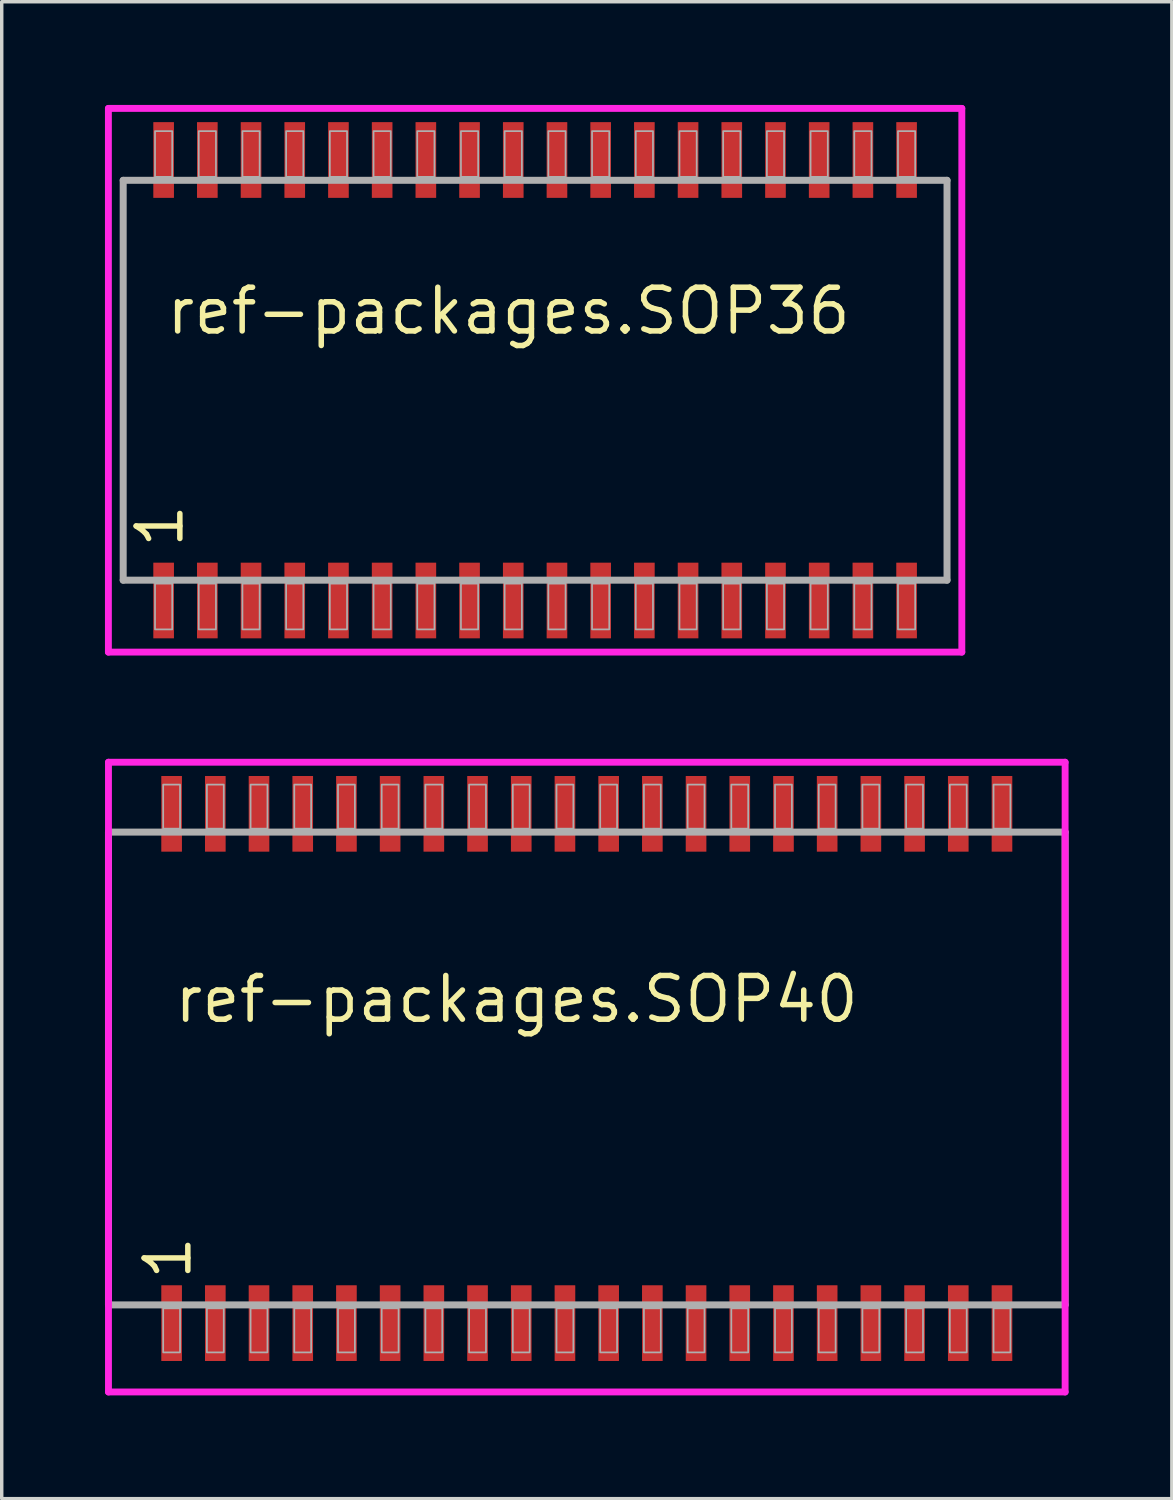
<source format=kicad_pcb>
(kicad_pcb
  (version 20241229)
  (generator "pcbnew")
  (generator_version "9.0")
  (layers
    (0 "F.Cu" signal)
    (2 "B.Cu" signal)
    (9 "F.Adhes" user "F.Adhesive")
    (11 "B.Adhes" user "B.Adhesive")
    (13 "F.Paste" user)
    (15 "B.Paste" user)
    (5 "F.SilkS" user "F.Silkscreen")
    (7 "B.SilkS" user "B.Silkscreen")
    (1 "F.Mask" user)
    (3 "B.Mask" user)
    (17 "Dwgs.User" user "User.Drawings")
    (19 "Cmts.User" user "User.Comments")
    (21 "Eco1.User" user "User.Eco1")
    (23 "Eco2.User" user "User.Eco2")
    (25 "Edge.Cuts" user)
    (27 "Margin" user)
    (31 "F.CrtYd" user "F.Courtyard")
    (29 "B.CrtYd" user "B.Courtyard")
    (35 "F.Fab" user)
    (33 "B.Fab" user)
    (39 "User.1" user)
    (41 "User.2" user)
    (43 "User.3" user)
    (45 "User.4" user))
  (footprint "ref-packages.SOP40"
    (layer "F.Cu")
    (at 14.002 28)
    (property "Reference" "ref-packages.SOP40" (at -12.065 -1.27 0) (layer "F.SilkS") (effects (font (size 1.27 1.27) (thickness 0.16)) (justify left bottom)))
    (attr smd)
    (fp_line (start -13.9 -8.9) (end 13.9 -8.9) (stroke (width 0.2) (type default)) (layer "F.CrtYd"))
    (fp_line (start -13.9 9.4) (end -13.9 -8.9) (stroke (width 0.2) (type default)) (layer "F.CrtYd"))
    (fp_line (start 13.9 -8.9) (end 13.9 9.4) (stroke (width 0.2) (type default)) (layer "F.CrtYd"))
    (fp_line (start 13.9 9.4) (end -13.9 9.4) (stroke (width 0.2) (type default)) (layer "F.CrtYd"))
    (fp_line (start -13.9 -6.87) (end 13.9 -6.87) (stroke (width 0.203) (type default)) (layer "F.Fab"))
    (fp_line (start -13.9 6.87) (end -13.9 -6.87) (stroke (width 0.203) (type default)) (layer "F.Fab"))
    (fp_line (start 13.9 -6.87) (end 13.9 6.87) (stroke (width 0.203) (type default)) (layer "F.Fab"))
    (fp_line (start 13.9 6.87) (end -13.9 6.87) (stroke (width 0.203) (type default)) (layer "F.Fab"))
    (fp_rect (start -12.31 -6.97) (end -11.82 -8.25) (stroke (width 0.05) (type default)) (fill no) (layer "F.Fab"))
    (fp_rect (start -12.31 8.25) (end -11.82 6.97) (stroke (width 0.05) (type default)) (fill no) (layer "F.Fab"))
    (fp_rect (start -11.04 -6.97) (end -10.55 -8.25) (stroke (width 0.05) (type default)) (fill no) (layer "F.Fab"))
    (fp_rect (start -11.04 8.25) (end -10.55 6.97) (stroke (width 0.05) (type default)) (fill no) (layer "F.Fab"))
    (fp_rect (start -9.77 -6.97) (end -9.28 -8.25) (stroke (width 0.05) (type default)) (fill no) (layer "F.Fab"))
    (fp_rect (start -9.77 8.25) (end -9.28 6.97) (stroke (width 0.05) (type default)) (fill no) (layer "F.Fab"))
    (fp_rect (start -8.5 -6.97) (end -8.01 -8.25) (stroke (width 0.05) (type default)) (fill no) (layer "F.Fab"))
    (fp_rect (start -8.5 8.25) (end -8.01 6.97) (stroke (width 0.05) (type default)) (fill no) (layer "F.Fab"))
    (fp_rect (start -7.23 -6.97) (end -6.74 -8.25) (stroke (width 0.05) (type default)) (fill no) (layer "F.Fab"))
    (fp_rect (start -7.23 8.25) (end -6.74 6.97) (stroke (width 0.05) (type default)) (fill no) (layer "F.Fab"))
    (fp_rect (start -5.96 -6.97) (end -5.47 -8.25) (stroke (width 0.05) (type default)) (fill no) (layer "F.Fab"))
    (fp_rect (start -5.96 8.25) (end -5.47 6.97) (stroke (width 0.05) (type default)) (fill no) (layer "F.Fab"))
    (fp_rect (start -4.69 -6.97) (end -4.2 -8.25) (stroke (width 0.05) (type default)) (fill no) (layer "F.Fab"))
    (fp_rect (start -4.69 8.25) (end -4.2 6.97) (stroke (width 0.05) (type default)) (fill no) (layer "F.Fab"))
    (fp_rect (start -3.42 -6.97) (end -2.93 -8.25) (stroke (width 0.05) (type default)) (fill no) (layer "F.Fab"))
    (fp_rect (start -3.42 8.25) (end -2.93 6.97) (stroke (width 0.05) (type default)) (fill no) (layer "F.Fab"))
    (fp_rect (start -2.15 -6.97) (end -1.66 -8.25) (stroke (width 0.05) (type default)) (fill no) (layer "F.Fab"))
    (fp_rect (start -2.15 8.25) (end -1.66 6.97) (stroke (width 0.05) (type default)) (fill no) (layer "F.Fab"))
    (fp_rect (start -0.88 -6.97) (end -0.39 -8.25) (stroke (width 0.05) (type default)) (fill no) (layer "F.Fab"))
    (fp_rect (start -0.88 8.25) (end -0.39 6.97) (stroke (width 0.05) (type default)) (fill no) (layer "F.Fab"))
    (fp_rect (start 0.39 -6.97) (end 0.88 -8.25) (stroke (width 0.05) (type default)) (fill no) (layer "F.Fab"))
    (fp_rect (start 0.39 8.25) (end 0.88 6.97) (stroke (width 0.05) (type default)) (fill no) (layer "F.Fab"))
    (fp_rect (start 1.66 -6.97) (end 2.15 -8.25) (stroke (width 0.05) (type default)) (fill no) (layer "F.Fab"))
    (fp_rect (start 1.66 8.25) (end 2.15 6.97) (stroke (width 0.05) (type default)) (fill no) (layer "F.Fab"))
    (fp_rect (start 2.93 -6.97) (end 3.42 -8.25) (stroke (width 0.05) (type default)) (fill no) (layer "F.Fab"))
    (fp_rect (start 2.93 8.25) (end 3.42 6.97) (stroke (width 0.05) (type default)) (fill no) (layer "F.Fab"))
    (fp_rect (start 4.2 -6.97) (end 4.69 -8.25) (stroke (width 0.05) (type default)) (fill no) (layer "F.Fab"))
    (fp_rect (start 4.2 8.25) (end 4.69 6.97) (stroke (width 0.05) (type default)) (fill no) (layer "F.Fab"))
    (fp_rect (start 5.47 -6.97) (end 5.96 -8.25) (stroke (width 0.05) (type default)) (fill no) (layer "F.Fab"))
    (fp_rect (start 5.47 8.25) (end 5.96 6.97) (stroke (width 0.05) (type default)) (fill no) (layer "F.Fab"))
    (fp_rect (start 6.74 -6.97) (end 7.23 -8.25) (stroke (width 0.05) (type default)) (fill no) (layer "F.Fab"))
    (fp_rect (start 6.74 8.25) (end 7.23 6.97) (stroke (width 0.05) (type default)) (fill no) (layer "F.Fab"))
    (fp_rect (start 8.01 -6.97) (end 8.5 -8.25) (stroke (width 0.05) (type default)) (fill no) (layer "F.Fab"))
    (fp_rect (start 8.01 8.25) (end 8.5 6.97) (stroke (width 0.05) (type default)) (fill no) (layer "F.Fab"))
    (fp_rect (start 9.28 -6.97) (end 9.77 -8.25) (stroke (width 0.05) (type default)) (fill no) (layer "F.Fab"))
    (fp_rect (start 9.28 8.25) (end 9.77 6.97) (stroke (width 0.05) (type default)) (fill no) (layer "F.Fab"))
    (fp_rect (start 10.55 -6.97) (end 11.04 -8.25) (stroke (width 0.05) (type default)) (fill no) (layer "F.Fab"))
    (fp_rect (start 10.55 8.25) (end 11.04 6.97) (stroke (width 0.05) (type default)) (fill no) (layer "F.Fab"))
    (fp_rect (start 11.82 -6.97) (end 12.31 -8.25) (stroke (width 0.05) (type default)) (fill no) (layer "F.Fab"))
    (fp_rect (start 11.82 8.25) (end 12.31 6.97) (stroke (width 0.05) (type default)) (fill no) (layer "F.Fab"))
    (fp_text user "1" (at -11.43 6.215 90) (layer "F.SilkS") (effects (font (size 1.27 1.27) (thickness 0.16)) (justify left bottom)))
    (pad "1" smd roundrect (at -12.065 7.4) (size 0.6 2.2) (layers "F.Cu" "F.Mask" "F.Paste") (roundrect_rratio 0.01))
    (pad "2" smd roundrect (at -10.795 7.4) (size 0.6 2.2) (layers "F.Cu" "F.Mask" "F.Paste") (roundrect_rratio 0.01))
    (pad "3" smd roundrect (at -9.525 7.4) (size 0.6 2.2) (layers "F.Cu" "F.Mask" "F.Paste") (roundrect_rratio 0.01))
    (pad "4" smd roundrect (at -8.255 7.4) (size 0.6 2.2) (layers "F.Cu" "F.Mask" "F.Paste") (roundrect_rratio 0.01))
    (pad "5" smd roundrect (at -6.985 7.4) (size 0.6 2.2) (layers "F.Cu" "F.Mask" "F.Paste") (roundrect_rratio 0.01))
    (pad "6" smd roundrect (at -5.715 7.4) (size 0.6 2.2) (layers "F.Cu" "F.Mask" "F.Paste") (roundrect_rratio 0.01))
    (pad "7" smd roundrect (at -4.445 7.4) (size 0.6 2.2) (layers "F.Cu" "F.Mask" "F.Paste") (roundrect_rratio 0.01))
    (pad "8" smd roundrect (at -3.175 7.4) (size 0.6 2.2) (layers "F.Cu" "F.Mask" "F.Paste") (roundrect_rratio 0.01))
    (pad "9" smd roundrect (at -1.905 7.4) (size 0.6 2.2) (layers "F.Cu" "F.Mask" "F.Paste") (roundrect_rratio 0.01))
    (pad "10" smd roundrect (at -0.635 7.4) (size 0.6 2.2) (layers "F.Cu" "F.Mask" "F.Paste") (roundrect_rratio 0.01))
    (pad "11" smd roundrect (at 0.635 7.4) (size 0.6 2.2) (layers "F.Cu" "F.Mask" "F.Paste") (roundrect_rratio 0.01))
    (pad "12" smd roundrect (at 1.905 7.4) (size 0.6 2.2) (layers "F.Cu" "F.Mask" "F.Paste") (roundrect_rratio 0.01))
    (pad "13" smd roundrect (at 3.175 7.4) (size 0.6 2.2) (layers "F.Cu" "F.Mask" "F.Paste") (roundrect_rratio 0.01))
    (pad "14" smd roundrect (at 4.445 7.4) (size 0.6 2.2) (layers "F.Cu" "F.Mask" "F.Paste") (roundrect_rratio 0.01))
    (pad "15" smd roundrect (at 5.715 7.4) (size 0.6 2.2) (layers "F.Cu" "F.Mask" "F.Paste") (roundrect_rratio 0.01))
    (pad "16" smd roundrect (at 6.985 7.4) (size 0.6 2.2) (layers "F.Cu" "F.Mask" "F.Paste") (roundrect_rratio 0.01))
    (pad "17" smd roundrect (at 8.255 7.4) (size 0.6 2.2) (layers "F.Cu" "F.Mask" "F.Paste") (roundrect_rratio 0.01))
    (pad "18" smd roundrect (at 9.525 7.4) (size 0.6 2.2) (layers "F.Cu" "F.Mask" "F.Paste") (roundrect_rratio 0.01))
    (pad "19" smd roundrect (at 10.795 7.4) (size 0.6 2.2) (layers "F.Cu" "F.Mask" "F.Paste") (roundrect_rratio 0.01))
    (pad "20" smd roundrect (at 12.065 7.4) (size 0.6 2.2) (layers "F.Cu" "F.Mask" "F.Paste") (roundrect_rratio 0.01))
    (pad "21" smd roundrect (at 12.065 -7.4) (size 0.6 2.2) (layers "F.Cu" "F.Mask" "F.Paste") (roundrect_rratio 0.01))
    (pad "22" smd roundrect (at 10.795 -7.4) (size 0.6 2.2) (layers "F.Cu" "F.Mask" "F.Paste") (roundrect_rratio 0.01))
    (pad "23" smd roundrect (at 9.525 -7.4) (size 0.6 2.2) (layers "F.Cu" "F.Mask" "F.Paste") (roundrect_rratio 0.01))
    (pad "24" smd roundrect (at 8.255 -7.4) (size 0.6 2.2) (layers "F.Cu" "F.Mask" "F.Paste") (roundrect_rratio 0.01))
    (pad "25" smd roundrect (at 6.985 -7.4) (size 0.6 2.2) (layers "F.Cu" "F.Mask" "F.Paste") (roundrect_rratio 0.01))
    (pad "26" smd roundrect (at 5.715 -7.4) (size 0.6 2.2) (layers "F.Cu" "F.Mask" "F.Paste") (roundrect_rratio 0.01))
    (pad "27" smd roundrect (at 4.445 -7.4) (size 0.6 2.2) (layers "F.Cu" "F.Mask" "F.Paste") (roundrect_rratio 0.01))
    (pad "28" smd roundrect (at 3.175 -7.4) (size 0.6 2.2) (layers "F.Cu" "F.Mask" "F.Paste") (roundrect_rratio 0.01))
    (pad "29" smd roundrect (at 1.905 -7.4) (size 0.6 2.2) (layers "F.Cu" "F.Mask" "F.Paste") (roundrect_rratio 0.01))
    (pad "30" smd roundrect (at 0.635 -7.4) (size 0.6 2.2) (layers "F.Cu" "F.Mask" "F.Paste") (roundrect_rratio 0.01))
    (pad "31" smd roundrect (at -0.635 -7.4) (size 0.6 2.2) (layers "F.Cu" "F.Mask" "F.Paste") (roundrect_rratio 0.01))
    (pad "32" smd roundrect (at -1.905 -7.4) (size 0.6 2.2) (layers "F.Cu" "F.Mask" "F.Paste") (roundrect_rratio 0.01))
    (pad "33" smd roundrect (at -3.175 -7.4) (size 0.6 2.2) (layers "F.Cu" "F.Mask" "F.Paste") (roundrect_rratio 0.01))
    (pad "34" smd roundrect (at -4.445 -7.4) (size 0.6 2.2) (layers "F.Cu" "F.Mask" "F.Paste") (roundrect_rratio 0.01))
    (pad "35" smd roundrect (at -5.715 -7.4) (size 0.6 2.2) (layers "F.Cu" "F.Mask" "F.Paste") (roundrect_rratio 0.01))
    (pad "36" smd roundrect (at -6.985 -7.4) (size 0.6 2.2) (layers "F.Cu" "F.Mask" "F.Paste") (roundrect_rratio 0.01))
    (pad "37" smd roundrect (at -8.255 -7.4) (size 0.6 2.2) (layers "F.Cu" "F.Mask" "F.Paste") (roundrect_rratio 0.01))
    (pad "38" smd roundrect (at -9.525 -7.4) (size 0.6 2.2) (layers "F.Cu" "F.Mask" "F.Paste") (roundrect_rratio 0.01))
    (pad "39" smd roundrect (at -10.795 -7.4) (size 0.6 2.2) (layers "F.Cu" "F.Mask" "F.Paste") (roundrect_rratio 0.01))
    (pad "40" smd roundrect (at -12.065 -7.4) (size 0.6 2.2) (layers "F.Cu" "F.Mask" "F.Paste") (roundrect_rratio 0.01)))
  (footprint "ref-packages.SOP36"
    (layer "F.Cu")
    (at 12.5 8)
    (property "Reference" "ref-packages.SOP36" (at -10.795 -1.27 0) (layer "F.SilkS") (effects (font (size 1.27 1.27) (thickness 0.16)) (justify left bottom)))
    (attr smd)
    (fp_line (start -12.4 -7.9) (end 12.4 -7.9) (stroke (width 0.2) (type default)) (layer "F.CrtYd"))
    (fp_line (start -12.4 7.9) (end -12.4 -7.9) (stroke (width 0.2) (type default)) (layer "F.CrtYd"))
    (fp_line (start 12.4 -7.9) (end 12.4 7.9) (stroke (width 0.2) (type default)) (layer "F.CrtYd"))
    (fp_line (start 12.4 7.9) (end -12.4 7.9) (stroke (width 0.2) (type default)) (layer "F.CrtYd"))
    (fp_line (start -11.97 -5.81) (end 11.97 -5.81) (stroke (width 0.203) (type default)) (layer "F.Fab"))
    (fp_line (start -11.97 5.81) (end -11.97 -5.81) (stroke (width 0.203) (type default)) (layer "F.Fab"))
    (fp_line (start 11.97 -5.81) (end 11.97 5.81) (stroke (width 0.203) (type default)) (layer "F.Fab"))
    (fp_line (start 11.97 5.81) (end -11.97 5.81) (stroke (width 0.203) (type default)) (layer "F.Fab"))
    (fp_rect (start -11.045 -5.91) (end -10.545 -7.24) (stroke (width 0.05) (type default)) (fill no) (layer "F.Fab"))
    (fp_rect (start -11.045 7.24) (end -10.545 5.91) (stroke (width 0.05) (type default)) (fill no) (layer "F.Fab"))
    (fp_rect (start -9.775 -5.91) (end -9.275 -7.24) (stroke (width 0.05) (type default)) (fill no) (layer "F.Fab"))
    (fp_rect (start -9.775 7.24) (end -9.275 5.91) (stroke (width 0.05) (type default)) (fill no) (layer "F.Fab"))
    (fp_rect (start -8.505 -5.91) (end -8.005 -7.24) (stroke (width 0.05) (type default)) (fill no) (layer "F.Fab"))
    (fp_rect (start -8.505 7.24) (end -8.005 5.91) (stroke (width 0.05) (type default)) (fill no) (layer "F.Fab"))
    (fp_rect (start -7.235 -5.91) (end -6.735 -7.24) (stroke (width 0.05) (type default)) (fill no) (layer "F.Fab"))
    (fp_rect (start -7.235 7.24) (end -6.735 5.91) (stroke (width 0.05) (type default)) (fill no) (layer "F.Fab"))
    (fp_rect (start -5.965 -5.91) (end -5.465 -7.24) (stroke (width 0.05) (type default)) (fill no) (layer "F.Fab"))
    (fp_rect (start -5.965 7.24) (end -5.465 5.91) (stroke (width 0.05) (type default)) (fill no) (layer "F.Fab"))
    (fp_rect (start -4.695 -5.91) (end -4.195 -7.24) (stroke (width 0.05) (type default)) (fill no) (layer "F.Fab"))
    (fp_rect (start -4.695 7.24) (end -4.195 5.91) (stroke (width 0.05) (type default)) (fill no) (layer "F.Fab"))
    (fp_rect (start -3.425 -5.91) (end -2.925 -7.24) (stroke (width 0.05) (type default)) (fill no) (layer "F.Fab"))
    (fp_rect (start -3.425 7.24) (end -2.925 5.91) (stroke (width 0.05) (type default)) (fill no) (layer "F.Fab"))
    (fp_rect (start -2.155 -5.91) (end -1.655 -7.24) (stroke (width 0.05) (type default)) (fill no) (layer "F.Fab"))
    (fp_rect (start -2.155 7.24) (end -1.655 5.91) (stroke (width 0.05) (type default)) (fill no) (layer "F.Fab"))
    (fp_rect (start -0.885 -5.91) (end -0.385 -7.24) (stroke (width 0.05) (type default)) (fill no) (layer "F.Fab"))
    (fp_rect (start -0.885 7.24) (end -0.385 5.91) (stroke (width 0.05) (type default)) (fill no) (layer "F.Fab"))
    (fp_rect (start 0.385 -5.91) (end 0.885 -7.24) (stroke (width 0.05) (type default)) (fill no) (layer "F.Fab"))
    (fp_rect (start 0.385 7.24) (end 0.885 5.91) (stroke (width 0.05) (type default)) (fill no) (layer "F.Fab"))
    (fp_rect (start 1.655 -5.91) (end 2.155 -7.24) (stroke (width 0.05) (type default)) (fill no) (layer "F.Fab"))
    (fp_rect (start 1.655 7.24) (end 2.155 5.91) (stroke (width 0.05) (type default)) (fill no) (layer "F.Fab"))
    (fp_rect (start 2.925 -5.91) (end 3.425 -7.24) (stroke (width 0.05) (type default)) (fill no) (layer "F.Fab"))
    (fp_rect (start 2.925 7.24) (end 3.425 5.91) (stroke (width 0.05) (type default)) (fill no) (layer "F.Fab"))
    (fp_rect (start 4.195 -5.91) (end 4.695 -7.24) (stroke (width 0.05) (type default)) (fill no) (layer "F.Fab"))
    (fp_rect (start 4.195 7.24) (end 4.695 5.91) (stroke (width 0.05) (type default)) (fill no) (layer "F.Fab"))
    (fp_rect (start 5.465 -5.91) (end 5.965 -7.24) (stroke (width 0.05) (type default)) (fill no) (layer "F.Fab"))
    (fp_rect (start 5.465 7.24) (end 5.965 5.91) (stroke (width 0.05) (type default)) (fill no) (layer "F.Fab"))
    (fp_rect (start 6.735 -5.91) (end 7.235 -7.24) (stroke (width 0.05) (type default)) (fill no) (layer "F.Fab"))
    (fp_rect (start 6.735 7.24) (end 7.235 5.91) (stroke (width 0.05) (type default)) (fill no) (layer "F.Fab"))
    (fp_rect (start 8.005 -5.91) (end 8.505 -7.24) (stroke (width 0.05) (type default)) (fill no) (layer "F.Fab"))
    (fp_rect (start 8.005 7.24) (end 8.505 5.91) (stroke (width 0.05) (type default)) (fill no) (layer "F.Fab"))
    (fp_rect (start 9.275 -5.91) (end 9.775 -7.24) (stroke (width 0.05) (type default)) (fill no) (layer "F.Fab"))
    (fp_rect (start 9.275 7.24) (end 9.775 5.91) (stroke (width 0.05) (type default)) (fill no) (layer "F.Fab"))
    (fp_rect (start 10.545 -5.91) (end 11.045 -7.24) (stroke (width 0.05) (type default)) (fill no) (layer "F.Fab"))
    (fp_rect (start 10.545 7.24) (end 11.045 5.91) (stroke (width 0.05) (type default)) (fill no) (layer "F.Fab"))
    (fp_text user "1" (at -10.16 4.945 90) (layer "F.SilkS") (effects (font (size 1.27 1.27) (thickness 0.16)) (justify left bottom)))
    (pad "1" smd roundrect (at -10.795 6.4) (size 0.6 2.2) (layers "F.Cu" "F.Mask" "F.Paste") (roundrect_rratio 0.01))
    (pad "2" smd roundrect (at -9.525 6.4) (size 0.6 2.2) (layers "F.Cu" "F.Mask" "F.Paste") (roundrect_rratio 0.01))
    (pad "3" smd roundrect (at -8.255 6.4) (size 0.6 2.2) (layers "F.Cu" "F.Mask" "F.Paste") (roundrect_rratio 0.01))
    (pad "4" smd roundrect (at -6.985 6.4) (size 0.6 2.2) (layers "F.Cu" "F.Mask" "F.Paste") (roundrect_rratio 0.01))
    (pad "5" smd roundrect (at -5.715 6.4) (size 0.6 2.2) (layers "F.Cu" "F.Mask" "F.Paste") (roundrect_rratio 0.01))
    (pad "6" smd roundrect (at -4.445 6.4) (size 0.6 2.2) (layers "F.Cu" "F.Mask" "F.Paste") (roundrect_rratio 0.01))
    (pad "7" smd roundrect (at -3.175 6.4) (size 0.6 2.2) (layers "F.Cu" "F.Mask" "F.Paste") (roundrect_rratio 0.01))
    (pad "8" smd roundrect (at -1.905 6.4) (size 0.6 2.2) (layers "F.Cu" "F.Mask" "F.Paste") (roundrect_rratio 0.01))
    (pad "9" smd roundrect (at -0.635 6.4) (size 0.6 2.2) (layers "F.Cu" "F.Mask" "F.Paste") (roundrect_rratio 0.01))
    (pad "10" smd roundrect (at 0.635 6.4) (size 0.6 2.2) (layers "F.Cu" "F.Mask" "F.Paste") (roundrect_rratio 0.01))
    (pad "11" smd roundrect (at 1.905 6.4) (size 0.6 2.2) (layers "F.Cu" "F.Mask" "F.Paste") (roundrect_rratio 0.01))
    (pad "12" smd roundrect (at 3.175 6.4) (size 0.6 2.2) (layers "F.Cu" "F.Mask" "F.Paste") (roundrect_rratio 0.01))
    (pad "13" smd roundrect (at 4.445 6.4) (size 0.6 2.2) (layers "F.Cu" "F.Mask" "F.Paste") (roundrect_rratio 0.01))
    (pad "14" smd roundrect (at 5.715 6.4) (size 0.6 2.2) (layers "F.Cu" "F.Mask" "F.Paste") (roundrect_rratio 0.01))
    (pad "15" smd roundrect (at 6.985 6.4) (size 0.6 2.2) (layers "F.Cu" "F.Mask" "F.Paste") (roundrect_rratio 0.01))
    (pad "16" smd roundrect (at 8.255 6.4) (size 0.6 2.2) (layers "F.Cu" "F.Mask" "F.Paste") (roundrect_rratio 0.01))
    (pad "17" smd roundrect (at 9.525 6.4) (size 0.6 2.2) (layers "F.Cu" "F.Mask" "F.Paste") (roundrect_rratio 0.01))
    (pad "18" smd roundrect (at 10.795 6.4) (size 0.6 2.2) (layers "F.Cu" "F.Mask" "F.Paste") (roundrect_rratio 0.01))
    (pad "19" smd roundrect (at 10.795 -6.4) (size 0.6 2.2) (layers "F.Cu" "F.Mask" "F.Paste") (roundrect_rratio 0.01))
    (pad "20" smd roundrect (at 9.525 -6.4) (size 0.6 2.2) (layers "F.Cu" "F.Mask" "F.Paste") (roundrect_rratio 0.01))
    (pad "21" smd roundrect (at 8.255 -6.4) (size 0.6 2.2) (layers "F.Cu" "F.Mask" "F.Paste") (roundrect_rratio 0.01))
    (pad "22" smd roundrect (at 6.985 -6.4) (size 0.6 2.2) (layers "F.Cu" "F.Mask" "F.Paste") (roundrect_rratio 0.01))
    (pad "23" smd roundrect (at 5.715 -6.4) (size 0.6 2.2) (layers "F.Cu" "F.Mask" "F.Paste") (roundrect_rratio 0.01))
    (pad "24" smd roundrect (at 4.445 -6.4) (size 0.6 2.2) (layers "F.Cu" "F.Mask" "F.Paste") (roundrect_rratio 0.01))
    (pad "25" smd roundrect (at 3.175 -6.4) (size 0.6 2.2) (layers "F.Cu" "F.Mask" "F.Paste") (roundrect_rratio 0.01))
    (pad "26" smd roundrect (at 1.905 -6.4) (size 0.6 2.2) (layers "F.Cu" "F.Mask" "F.Paste") (roundrect_rratio 0.01))
    (pad "27" smd roundrect (at 0.635 -6.4) (size 0.6 2.2) (layers "F.Cu" "F.Mask" "F.Paste") (roundrect_rratio 0.01))
    (pad "28" smd roundrect (at -0.635 -6.4) (size 0.6 2.2) (layers "F.Cu" "F.Mask" "F.Paste") (roundrect_rratio 0.01))
    (pad "29" smd roundrect (at -1.905 -6.4) (size 0.6 2.2) (layers "F.Cu" "F.Mask" "F.Paste") (roundrect_rratio 0.01))
    (pad "30" smd roundrect (at -3.175 -6.4) (size 0.6 2.2) (layers "F.Cu" "F.Mask" "F.Paste") (roundrect_rratio 0.01))
    (pad "31" smd roundrect (at -4.445 -6.4) (size 0.6 2.2) (layers "F.Cu" "F.Mask" "F.Paste") (roundrect_rratio 0.01))
    (pad "32" smd roundrect (at -5.715 -6.4) (size 0.6 2.2) (layers "F.Cu" "F.Mask" "F.Paste") (roundrect_rratio 0.01))
    (pad "33" smd roundrect (at -6.985 -6.4) (size 0.6 2.2) (layers "F.Cu" "F.Mask" "F.Paste") (roundrect_rratio 0.01))
    (pad "34" smd roundrect (at -8.255 -6.4) (size 0.6 2.2) (layers "F.Cu" "F.Mask" "F.Paste") (roundrect_rratio 0.01))
    (pad "35" smd roundrect (at -9.525 -6.4) (size 0.6 2.2) (layers "F.Cu" "F.Mask" "F.Paste") (roundrect_rratio 0.01))
    (pad "36" smd roundrect (at -10.795 -6.4) (size 0.6 2.2) (layers "F.Cu" "F.Mask" "F.Paste") (roundrect_rratio 0.01)))
  (gr_rect
    (start -3 -3)
    (end 31.003 40.5)
    (stroke (width 0.1) (type default))
    (fill no)
    (layer "Edge.Cuts")))
</source>
